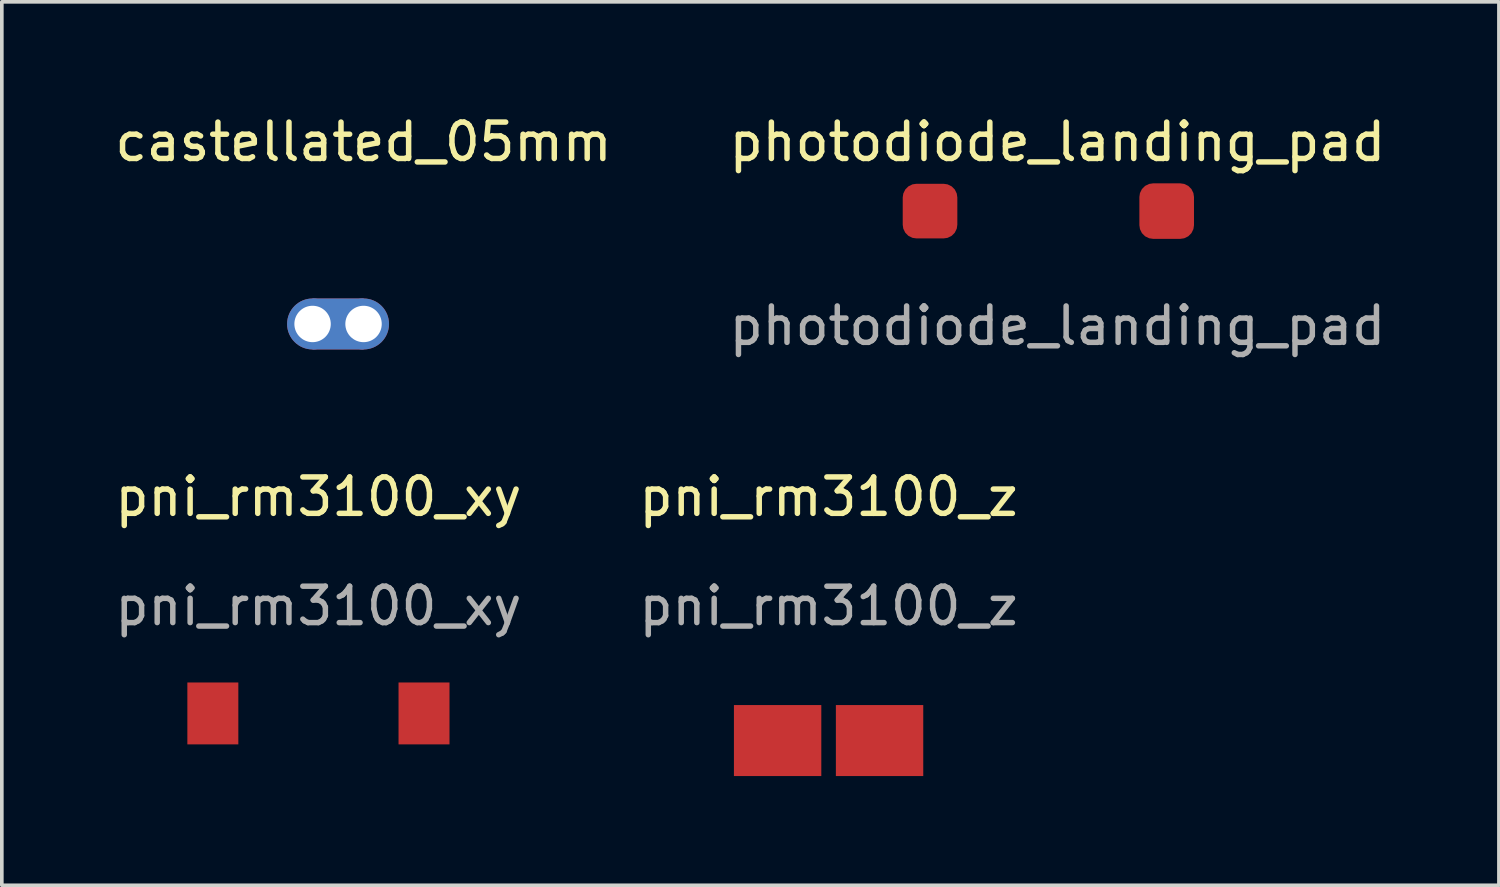
<source format=kicad_pcb>
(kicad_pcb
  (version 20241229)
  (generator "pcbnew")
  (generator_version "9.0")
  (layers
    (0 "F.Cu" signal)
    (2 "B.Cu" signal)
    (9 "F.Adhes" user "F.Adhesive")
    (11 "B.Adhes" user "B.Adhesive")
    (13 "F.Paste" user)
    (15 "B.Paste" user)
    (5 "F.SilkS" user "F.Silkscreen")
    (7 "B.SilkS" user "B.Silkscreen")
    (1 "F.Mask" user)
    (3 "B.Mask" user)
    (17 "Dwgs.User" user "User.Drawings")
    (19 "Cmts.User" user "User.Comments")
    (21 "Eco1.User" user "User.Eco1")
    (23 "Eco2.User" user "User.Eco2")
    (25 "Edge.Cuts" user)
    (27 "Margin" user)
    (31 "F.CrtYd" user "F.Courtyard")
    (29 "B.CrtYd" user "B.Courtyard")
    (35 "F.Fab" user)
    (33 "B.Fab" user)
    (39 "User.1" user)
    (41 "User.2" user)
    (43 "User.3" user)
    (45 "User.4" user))
  (footprint "castellated_05mm"
    (layer "F.Cu")
    (at 6.935 5.848)
    (property "Reference" "castellated_05mm" (at 0 -5 0) (unlocked yes) (layer "F.SilkS") (effects (font (size 1 1) (thickness 0.15))))
    (attr smd exclude_from_pos_files)
    (pad "1" thru_hole circle (at -1.4 0) (size 1.4 1.4) (drill 1) (property pad_prop_castellated) (layers "*.Cu" "*.Mask"))
    (pad "1" smd rect (at -0.7 0) (size 1.4 1.4) (layers "F.Cu" "F.Mask"))
    (pad "1" smd rect (at -0.7 0) (size 1.4 1.4) (layers "B.Cu" "B.Mask"))
    (pad "1" thru_hole circle (at 0 0) (size 1.4 1.4) (drill 1) (property pad_prop_castellated) (layers "*.Cu" "*.Mask")))
  (footprint "photodiode_landing_pad"
    (layer "F.Cu")
    (at 25.744 2.798)
    (property "Reference" "photodiode_landing_pad" (at 0.25 -1.95 0) (unlocked yes) (layer "F.SilkS") (effects (font (size 1 1) (thickness 0.15))))
    (attr smd)
    (fp_text user "${REFERENCE}" (at 0.25 3.1 0) (unlocked yes) (layer "F.Fab") (effects (font (size 1 1) (thickness 0.15))))
    (pad "1" smd roundrect (at -3.25 -0.05) (size 1.5 1.5) (layers "F.Cu" "F.Mask" "F.Paste") (roundrect_rratio 0.25))
    (pad "2" smd roundrect (at 3.25 -0.05) (size 1.5 1.524) (layers "F.Cu" "F.Mask" "F.Paste") (roundrect_rratio 0.25)))
  (footprint "pni_rm3100_xy"
    (layer "F.Cu")
    (at 5.696 16.545)
    (property "Reference" "pni_rm3100_xy" (at 0 -5.95 0) (unlocked yes) (layer "F.SilkS") (effects (font (size 1 1) (thickness 0.15))))
    (attr smd)
    (fp_rect (start -2.95 -0.6) (end -2.35 0.6) (stroke (width 0.01) (type solid)) (fill yes) (layer "F.Paste"))
    (fp_rect (start -2.5 -0.025) (end -2.5 -0.025) (stroke (width 0.12) (type default)) (fill no) (layer "F.Paste"))
    (fp_rect (start 2.5 -0.025) (end 2.5 -0.025) (stroke (width 0.12) (type default)) (fill no) (layer "F.Paste"))
    (fp_rect (start 2.95 -0.6) (end 2.35 0.6) (stroke (width 0.01) (type solid)) (fill yes) (layer "F.Paste"))
    (fp_text user "${REFERENCE}" (at 0 -2.95 0) (unlocked yes) (layer "F.Fab") (effects (font (size 1 1) (thickness 0.15))))
    (pad "1" smd rect (at -2.9 0) (size 1.4 1.7) (layers "F.Cu" "F.Mask"))
    (pad "2" smd rect (at 2.9 0) (size 1.4 1.7) (layers "F.Cu" "F.Mask")))
  (footprint "pni_rm3100_z"
    (layer "F.Cu")
    (at 19.708 17.295)
    (property "Reference" "pni_rm3100_z" (at 0 -6.7 0) (unlocked yes) (layer "F.SilkS") (effects (font (size 1 1) (thickness 0.15))))
    (attr smd)
    (fp_rect (start -1.86 -0.68) (end -0.2 0.67) (stroke (width 0) (type solid)) (fill yes) (layer "F.Paste"))
    (fp_rect (start 1.86 -0.68) (end 0.2 0.67) (stroke (width 0) (type solid)) (fill yes) (layer "F.Paste"))
    (fp_text user "${REFERENCE}" (at 0 -3.7 0) (unlocked yes) (layer "F.Fab") (effects (font (size 1 1) (thickness 0.15))))
    (pad "1" smd rect (at -1.4 -0.005) (size 2.4 1.95) (layers "F.Cu" "F.Mask"))
    (pad "2" smd rect (at 1.4 -0.005) (size 2.4 1.95) (layers "F.Cu" "F.Mask")))
  (gr_rect
    (start -3 -3)
    (end 38.119 21.265)
    (stroke (width 0.1) (type default))
    (fill no)
    (layer "Edge.Cuts")))
</source>
